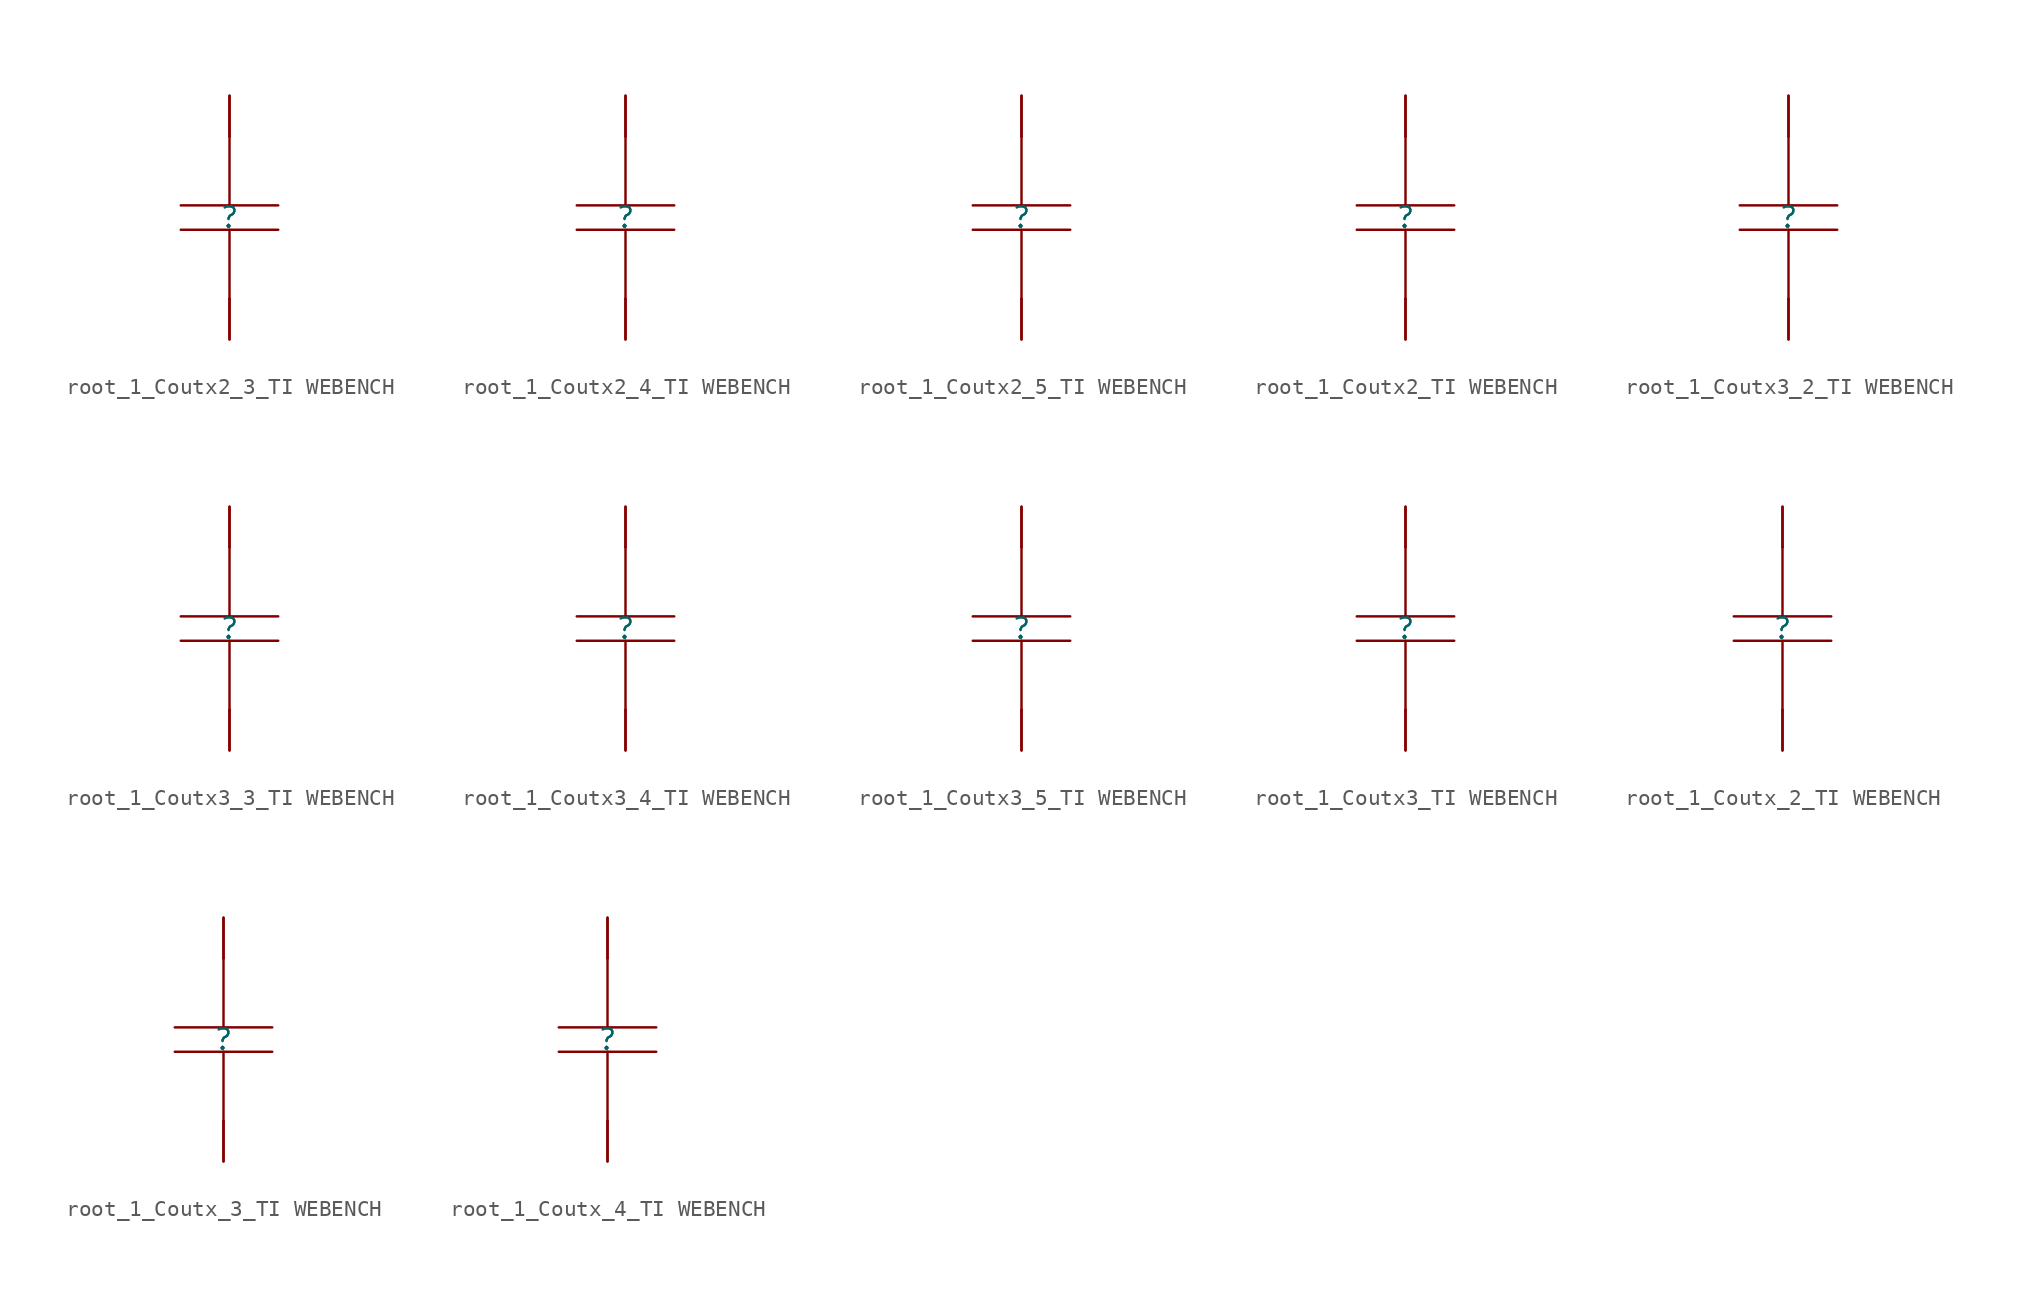
<source format=kicad_sym>
(kicad_symbol_lib
  (version 20241209)
  (generator "kicad_symbol_editor")
  (generator_version "9.0")
  (symbol "root_1_Coutx2_3_TI WEBENCH"
    (pin_numbers
      (hide yes))
    (pin_names
      (hide yes))
    (property "Reference" ""
      (at 0 0 0)
      (effects (font (size 1.27 1.27))))
    (property "Value" ""
      (at 0 0 0)
      (effects (font (size 1.27 1.27))))
    (symbol "root_1_Coutx2_3_TI WEBENCH_1_0"
      (polyline (pts (xy 0 7.62) (xy 0 5.08)) (stroke (width 0) (type solid)) (fill (type none)))
      (polyline (pts (xy 0 0.762) (xy 0 5.08)) (stroke (width 0) (type solid)) (fill (type none)))
      (polyline (pts (xy 0 -5.08) (xy 0 -0.762)) (stroke (width 0) (type solid)) (fill (type none)))
      (polyline (pts (xy 0 -7.62) (xy 0 -5.08)) (stroke (width 0) (type solid)) (fill (type none)))
      (polyline (pts (xy 3.048 0.762) (xy -3.048 0.762)) (stroke (width 0) (type solid)) (fill (type none)))
      (polyline (pts (xy 3.048 -0.762) (xy -3.048 -0.762)) (stroke (width 0) (type solid)) (fill (type none)))
      (pin passive line (at 0 7.62 270) (length 2.54) (name "1" (effects (font (size 1.27 1.27)))) (number "1" (effects (font (size 1.27 1.27)))))
      (pin passive line (at 0 -7.62 90) (length 2.54) (name "2" (effects (font (size 1.27 1.27)))) (number "2" (effects (font (size 1.27 1.27)))))))
  (symbol "root_1_Coutx2_4_TI WEBENCH"
    (pin_numbers
      (hide yes))
    (pin_names
      (hide yes))
    (property "Reference" ""
      (at 0 0 0)
      (effects (font (size 1.27 1.27))))
    (property "Value" ""
      (at 0 0 0)
      (effects (font (size 1.27 1.27))))
    (symbol "root_1_Coutx2_4_TI WEBENCH_1_0"
      (polyline (pts (xy 0 7.62) (xy 0 5.08)) (stroke (width 0) (type solid)) (fill (type none)))
      (polyline (pts (xy 0 0.762) (xy 0 5.08)) (stroke (width 0) (type solid)) (fill (type none)))
      (polyline (pts (xy 0 -5.08) (xy 0 -0.762)) (stroke (width 0) (type solid)) (fill (type none)))
      (polyline (pts (xy 0 -7.62) (xy 0 -5.08)) (stroke (width 0) (type solid)) (fill (type none)))
      (polyline (pts (xy 3.048 0.762) (xy -3.048 0.762)) (stroke (width 0) (type solid)) (fill (type none)))
      (polyline (pts (xy 3.048 -0.762) (xy -3.048 -0.762)) (stroke (width 0) (type solid)) (fill (type none)))
      (pin passive line (at 0 7.62 270) (length 2.54) (name "1" (effects (font (size 1.27 1.27)))) (number "1" (effects (font (size 1.27 1.27)))))
      (pin passive line (at 0 -7.62 90) (length 2.54) (name "2" (effects (font (size 1.27 1.27)))) (number "2" (effects (font (size 1.27 1.27)))))))
  (symbol "root_1_Coutx2_5_TI WEBENCH"
    (pin_numbers
      (hide yes))
    (pin_names
      (hide yes))
    (property "Reference" ""
      (at 0 0 0)
      (effects (font (size 1.27 1.27))))
    (property "Value" ""
      (at 0 0 0)
      (effects (font (size 1.27 1.27))))
    (symbol "root_1_Coutx2_5_TI WEBENCH_1_0"
      (polyline (pts (xy 0 7.62) (xy 0 5.08)) (stroke (width 0) (type solid)) (fill (type none)))
      (polyline (pts (xy 0 0.762) (xy 0 5.08)) (stroke (width 0) (type solid)) (fill (type none)))
      (polyline (pts (xy 0 -5.08) (xy 0 -0.762)) (stroke (width 0) (type solid)) (fill (type none)))
      (polyline (pts (xy 0 -7.62) (xy 0 -5.08)) (stroke (width 0) (type solid)) (fill (type none)))
      (polyline (pts (xy 3.048 0.762) (xy -3.048 0.762)) (stroke (width 0) (type solid)) (fill (type none)))
      (polyline (pts (xy 3.048 -0.762) (xy -3.048 -0.762)) (stroke (width 0) (type solid)) (fill (type none)))
      (pin passive line (at 0 7.62 270) (length 2.54) (name "1" (effects (font (size 1.27 1.27)))) (number "1" (effects (font (size 1.27 1.27)))))
      (pin passive line (at 0 -7.62 90) (length 2.54) (name "2" (effects (font (size 1.27 1.27)))) (number "2" (effects (font (size 1.27 1.27)))))))
  (symbol "root_1_Coutx2_TI WEBENCH"
    (pin_numbers
      (hide yes))
    (pin_names
      (hide yes))
    (property "Reference" ""
      (at 0 0 0)
      (effects (font (size 1.27 1.27))))
    (property "Value" ""
      (at 0 0 0)
      (effects (font (size 1.27 1.27))))
    (symbol "root_1_Coutx2_TI WEBENCH_1_0"
      (polyline (pts (xy 0 7.62) (xy 0 5.08)) (stroke (width 0) (type solid)) (fill (type none)))
      (polyline (pts (xy 0 0.762) (xy 0 5.08)) (stroke (width 0) (type solid)) (fill (type none)))
      (polyline (pts (xy 0 -5.08) (xy 0 -0.762)) (stroke (width 0) (type solid)) (fill (type none)))
      (polyline (pts (xy 0 -7.62) (xy 0 -5.08)) (stroke (width 0) (type solid)) (fill (type none)))
      (polyline (pts (xy 3.048 0.762) (xy -3.048 0.762)) (stroke (width 0) (type solid)) (fill (type none)))
      (polyline (pts (xy 3.048 -0.762) (xy -3.048 -0.762)) (stroke (width 0) (type solid)) (fill (type none)))
      (pin passive line (at 0 7.62 270) (length 2.54) (name "1" (effects (font (size 1.27 1.27)))) (number "1" (effects (font (size 1.27 1.27)))))
      (pin passive line (at 0 -7.62 90) (length 2.54) (name "2" (effects (font (size 1.27 1.27)))) (number "2" (effects (font (size 1.27 1.27)))))))
  (symbol "root_1_Coutx3_2_TI WEBENCH"
    (pin_numbers
      (hide yes))
    (pin_names
      (hide yes))
    (property "Reference" ""
      (at 0 0 0)
      (effects (font (size 1.27 1.27))))
    (property "Value" ""
      (at 0 0 0)
      (effects (font (size 1.27 1.27))))
    (symbol "root_1_Coutx3_2_TI WEBENCH_1_0"
      (polyline (pts (xy 0 7.62) (xy 0 5.08)) (stroke (width 0) (type solid)) (fill (type none)))
      (polyline (pts (xy 0 0.762) (xy 0 5.08)) (stroke (width 0) (type solid)) (fill (type none)))
      (polyline (pts (xy 0 -5.08) (xy 0 -0.762)) (stroke (width 0) (type solid)) (fill (type none)))
      (polyline (pts (xy 0 -7.62) (xy 0 -5.08)) (stroke (width 0) (type solid)) (fill (type none)))
      (polyline (pts (xy 3.048 0.762) (xy -3.048 0.762)) (stroke (width 0) (type solid)) (fill (type none)))
      (polyline (pts (xy 3.048 -0.762) (xy -3.048 -0.762)) (stroke (width 0) (type solid)) (fill (type none)))
      (pin passive line (at 0 7.62 270) (length 2.54) (name "1" (effects (font (size 1.27 1.27)))) (number "1" (effects (font (size 1.27 1.27)))))
      (pin passive line (at 0 -7.62 90) (length 2.54) (name "2" (effects (font (size 1.27 1.27)))) (number "2" (effects (font (size 1.27 1.27)))))))
  (symbol "root_1_Coutx3_3_TI WEBENCH"
    (pin_numbers
      (hide yes))
    (pin_names
      (hide yes))
    (property "Reference" ""
      (at 0 0 0)
      (effects (font (size 1.27 1.27))))
    (property "Value" ""
      (at 0 0 0)
      (effects (font (size 1.27 1.27))))
    (symbol "root_1_Coutx3_3_TI WEBENCH_1_0"
      (polyline (pts (xy 0 7.62) (xy 0 5.08)) (stroke (width 0) (type solid)) (fill (type none)))
      (polyline (pts (xy 0 0.762) (xy 0 5.08)) (stroke (width 0) (type solid)) (fill (type none)))
      (polyline (pts (xy 0 -5.08) (xy 0 -0.762)) (stroke (width 0) (type solid)) (fill (type none)))
      (polyline (pts (xy 0 -7.62) (xy 0 -5.08)) (stroke (width 0) (type solid)) (fill (type none)))
      (polyline (pts (xy 3.048 0.762) (xy -3.048 0.762)) (stroke (width 0) (type solid)) (fill (type none)))
      (polyline (pts (xy 3.048 -0.762) (xy -3.048 -0.762)) (stroke (width 0) (type solid)) (fill (type none)))
      (pin passive line (at 0 7.62 270) (length 2.54) (name "1" (effects (font (size 1.27 1.27)))) (number "1" (effects (font (size 1.27 1.27)))))
      (pin passive line (at 0 -7.62 90) (length 2.54) (name "2" (effects (font (size 1.27 1.27)))) (number "2" (effects (font (size 1.27 1.27)))))))
  (symbol "root_1_Coutx3_4_TI WEBENCH"
    (pin_numbers
      (hide yes))
    (pin_names
      (hide yes))
    (property "Reference" ""
      (at 0 0 0)
      (effects (font (size 1.27 1.27))))
    (property "Value" ""
      (at 0 0 0)
      (effects (font (size 1.27 1.27))))
    (symbol "root_1_Coutx3_4_TI WEBENCH_1_0"
      (polyline (pts (xy 0 7.62) (xy 0 5.08)) (stroke (width 0) (type solid)) (fill (type none)))
      (polyline (pts (xy 0 0.762) (xy 0 5.08)) (stroke (width 0) (type solid)) (fill (type none)))
      (polyline (pts (xy 0 -5.08) (xy 0 -0.762)) (stroke (width 0) (type solid)) (fill (type none)))
      (polyline (pts (xy 0 -7.62) (xy 0 -5.08)) (stroke (width 0) (type solid)) (fill (type none)))
      (polyline (pts (xy 3.048 0.762) (xy -3.048 0.762)) (stroke (width 0) (type solid)) (fill (type none)))
      (polyline (pts (xy 3.048 -0.762) (xy -3.048 -0.762)) (stroke (width 0) (type solid)) (fill (type none)))
      (pin passive line (at 0 7.62 270) (length 2.54) (name "1" (effects (font (size 1.27 1.27)))) (number "1" (effects (font (size 1.27 1.27)))))
      (pin passive line (at 0 -7.62 90) (length 2.54) (name "2" (effects (font (size 1.27 1.27)))) (number "2" (effects (font (size 1.27 1.27)))))))
  (symbol "root_1_Coutx3_5_TI WEBENCH"
    (pin_numbers
      (hide yes))
    (pin_names
      (hide yes))
    (property "Reference" ""
      (at 0 0 0)
      (effects (font (size 1.27 1.27))))
    (property "Value" ""
      (at 0 0 0)
      (effects (font (size 1.27 1.27))))
    (symbol "root_1_Coutx3_5_TI WEBENCH_1_0"
      (polyline (pts (xy 0 7.62) (xy 0 5.08)) (stroke (width 0) (type solid)) (fill (type none)))
      (polyline (pts (xy 0 0.762) (xy 0 5.08)) (stroke (width 0) (type solid)) (fill (type none)))
      (polyline (pts (xy 0 -5.08) (xy 0 -0.762)) (stroke (width 0) (type solid)) (fill (type none)))
      (polyline (pts (xy 0 -7.62) (xy 0 -5.08)) (stroke (width 0) (type solid)) (fill (type none)))
      (polyline (pts (xy 3.048 0.762) (xy -3.048 0.762)) (stroke (width 0) (type solid)) (fill (type none)))
      (polyline (pts (xy 3.048 -0.762) (xy -3.048 -0.762)) (stroke (width 0) (type solid)) (fill (type none)))
      (pin passive line (at 0 7.62 270) (length 2.54) (name "1" (effects (font (size 1.27 1.27)))) (number "1" (effects (font (size 1.27 1.27)))))
      (pin passive line (at 0 -7.62 90) (length 2.54) (name "2" (effects (font (size 1.27 1.27)))) (number "2" (effects (font (size 1.27 1.27)))))))
  (symbol "root_1_Coutx3_TI WEBENCH"
    (pin_numbers
      (hide yes))
    (pin_names
      (hide yes))
    (property "Reference" ""
      (at 0 0 0)
      (effects (font (size 1.27 1.27))))
    (property "Value" ""
      (at 0 0 0)
      (effects (font (size 1.27 1.27))))
    (symbol "root_1_Coutx3_TI WEBENCH_1_0"
      (polyline (pts (xy 0 7.62) (xy 0 5.08)) (stroke (width 0) (type solid)) (fill (type none)))
      (polyline (pts (xy 0 0.762) (xy 0 5.08)) (stroke (width 0) (type solid)) (fill (type none)))
      (polyline (pts (xy 0 -5.08) (xy 0 -0.762)) (stroke (width 0) (type solid)) (fill (type none)))
      (polyline (pts (xy 0 -7.62) (xy 0 -5.08)) (stroke (width 0) (type solid)) (fill (type none)))
      (polyline (pts (xy 3.048 0.762) (xy -3.048 0.762)) (stroke (width 0) (type solid)) (fill (type none)))
      (polyline (pts (xy 3.048 -0.762) (xy -3.048 -0.762)) (stroke (width 0) (type solid)) (fill (type none)))
      (pin passive line (at 0 7.62 270) (length 2.54) (name "1" (effects (font (size 1.27 1.27)))) (number "1" (effects (font (size 1.27 1.27)))))
      (pin passive line (at 0 -7.62 90) (length 2.54) (name "2" (effects (font (size 1.27 1.27)))) (number "2" (effects (font (size 1.27 1.27)))))))
  (symbol "root_1_Coutx_2_TI WEBENCH"
    (pin_numbers
      (hide yes))
    (pin_names
      (hide yes))
    (property "Reference" ""
      (at 0 0 0)
      (effects (font (size 1.27 1.27))))
    (property "Value" ""
      (at 0 0 0)
      (effects (font (size 1.27 1.27))))
    (symbol "root_1_Coutx_2_TI WEBENCH_1_0"
      (polyline (pts (xy 0 7.62) (xy 0 5.08)) (stroke (width 0) (type solid)) (fill (type none)))
      (polyline (pts (xy 0 0.762) (xy 0 5.08)) (stroke (width 0) (type solid)) (fill (type none)))
      (polyline (pts (xy 0 -5.08) (xy 0 -0.762)) (stroke (width 0) (type solid)) (fill (type none)))
      (polyline (pts (xy 0 -7.62) (xy 0 -5.08)) (stroke (width 0) (type solid)) (fill (type none)))
      (polyline (pts (xy 3.048 0.762) (xy -3.048 0.762)) (stroke (width 0) (type solid)) (fill (type none)))
      (polyline (pts (xy 3.048 -0.762) (xy -3.048 -0.762)) (stroke (width 0) (type solid)) (fill (type none)))
      (pin passive line (at 0 7.62 270) (length 2.54) (name "1" (effects (font (size 1.27 1.27)))) (number "1" (effects (font (size 1.27 1.27)))))
      (pin passive line (at 0 -7.62 90) (length 2.54) (name "2" (effects (font (size 1.27 1.27)))) (number "2" (effects (font (size 1.27 1.27)))))))
  (symbol "root_1_Coutx_3_TI WEBENCH"
    (pin_numbers
      (hide yes))
    (pin_names
      (hide yes))
    (property "Reference" ""
      (at 0 0 0)
      (effects (font (size 1.27 1.27))))
    (property "Value" ""
      (at 0 0 0)
      (effects (font (size 1.27 1.27))))
    (symbol "root_1_Coutx_3_TI WEBENCH_1_0"
      (polyline (pts (xy 0 7.62) (xy 0 5.08)) (stroke (width 0) (type solid)) (fill (type none)))
      (polyline (pts (xy 0 0.762) (xy 0 5.08)) (stroke (width 0) (type solid)) (fill (type none)))
      (polyline (pts (xy 0 -5.08) (xy 0 -0.762)) (stroke (width 0) (type solid)) (fill (type none)))
      (polyline (pts (xy 0 -7.62) (xy 0 -5.08)) (stroke (width 0) (type solid)) (fill (type none)))
      (polyline (pts (xy 3.048 0.762) (xy -3.048 0.762)) (stroke (width 0) (type solid)) (fill (type none)))
      (polyline (pts (xy 3.048 -0.762) (xy -3.048 -0.762)) (stroke (width 0) (type solid)) (fill (type none)))
      (pin passive line (at 0 7.62 270) (length 2.54) (name "1" (effects (font (size 1.27 1.27)))) (number "1" (effects (font (size 1.27 1.27)))))
      (pin passive line (at 0 -7.62 90) (length 2.54) (name "2" (effects (font (size 1.27 1.27)))) (number "2" (effects (font (size 1.27 1.27)))))))
  (symbol "root_1_Coutx_4_TI WEBENCH"
    (pin_numbers
      (hide yes))
    (pin_names
      (hide yes))
    (property "Reference" ""
      (at 0 0 0)
      (effects (font (size 1.27 1.27))))
    (property "Value" ""
      (at 0 0 0)
      (effects (font (size 1.27 1.27))))
    (symbol "root_1_Coutx_4_TI WEBENCH_1_0"
      (polyline (pts (xy 0 7.62) (xy 0 5.08)) (stroke (width 0) (type solid)) (fill (type none)))
      (polyline (pts (xy 0 0.762) (xy 0 5.08)) (stroke (width 0) (type solid)) (fill (type none)))
      (polyline (pts (xy 0 -5.08) (xy 0 -0.762)) (stroke (width 0) (type solid)) (fill (type none)))
      (polyline (pts (xy 0 -7.62) (xy 0 -5.08)) (stroke (width 0) (type solid)) (fill (type none)))
      (polyline (pts (xy 3.048 0.762) (xy -3.048 0.762)) (stroke (width 0) (type solid)) (fill (type none)))
      (polyline (pts (xy 3.048 -0.762) (xy -3.048 -0.762)) (stroke (width 0) (type solid)) (fill (type none)))
      (pin passive line (at 0 7.62 270) (length 2.54) (name "1" (effects (font (size 1.27 1.27)))) (number "1" (effects (font (size 1.27 1.27)))))
      (pin passive line (at 0 -7.62 90) (length 2.54) (name "2" (effects (font (size 1.27 1.27)))) (number "2" (effects (font (size 1.27 1.27))))))))
</source>
